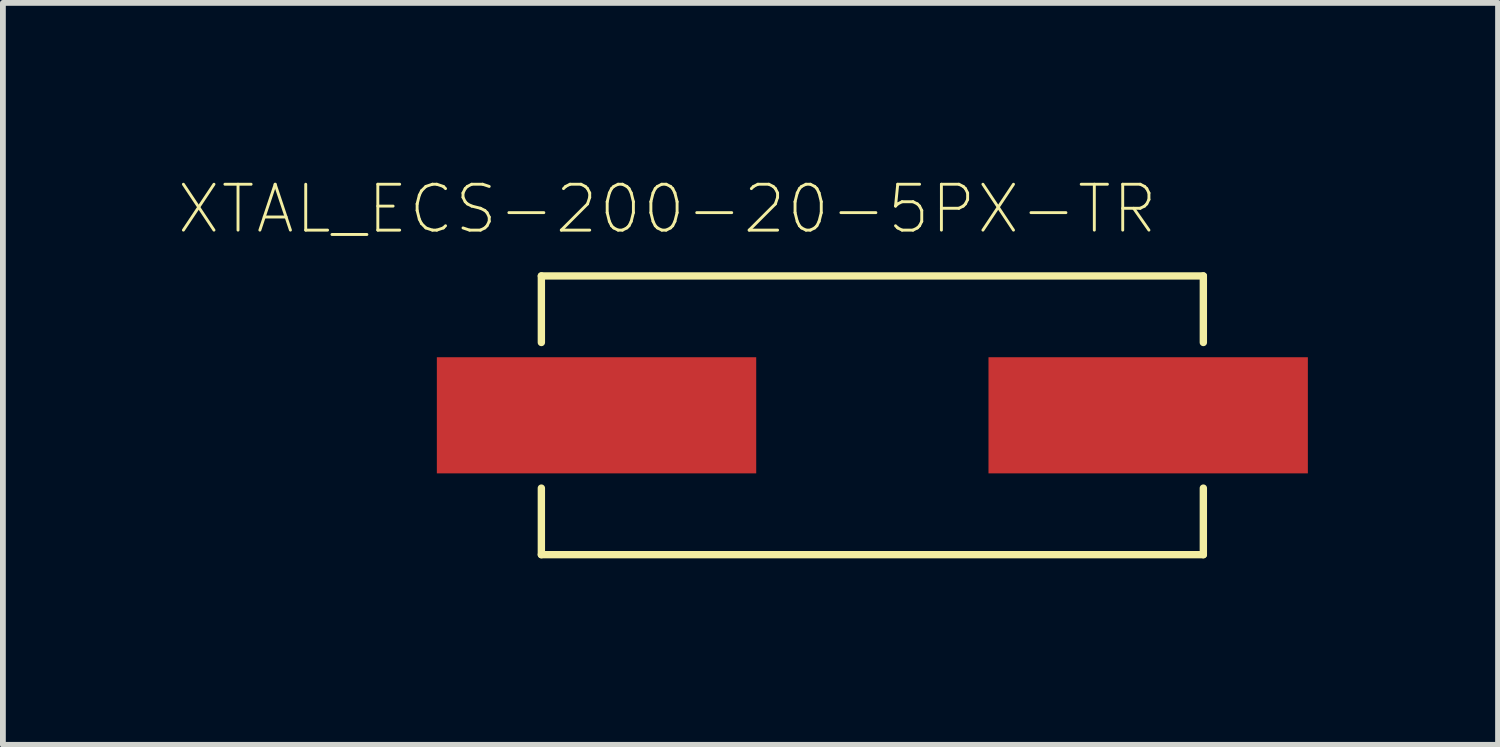
<source format=kicad_pcb>
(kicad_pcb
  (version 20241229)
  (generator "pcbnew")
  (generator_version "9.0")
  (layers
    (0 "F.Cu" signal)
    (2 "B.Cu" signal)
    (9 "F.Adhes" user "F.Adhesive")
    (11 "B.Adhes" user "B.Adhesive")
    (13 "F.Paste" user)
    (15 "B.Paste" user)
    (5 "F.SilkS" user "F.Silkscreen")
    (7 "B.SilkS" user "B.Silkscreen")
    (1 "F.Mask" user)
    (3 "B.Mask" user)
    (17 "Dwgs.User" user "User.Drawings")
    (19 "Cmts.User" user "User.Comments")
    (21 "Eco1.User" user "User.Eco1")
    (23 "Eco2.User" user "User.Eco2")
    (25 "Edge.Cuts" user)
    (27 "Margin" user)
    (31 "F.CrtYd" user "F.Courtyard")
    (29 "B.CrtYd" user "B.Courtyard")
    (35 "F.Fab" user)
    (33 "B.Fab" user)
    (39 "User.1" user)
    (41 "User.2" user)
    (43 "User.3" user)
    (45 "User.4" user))
  (footprint "XTAL_ECS-200-20-5PX-TR"
    (layer "F.Cu")
    (at 11.973 4.102)
    (property "Reference" "XTAL_ECS-200-20-5PX-TR" (at -3.532 -3.552 0) (layer "F.SilkS") (effects (font (size 0.79 0.79) (thickness 0.05))))
    (attr smd)
    (fp_line (start -5.7 -2.4) (end 5.7 -2.4) (stroke (width 0.127) (type solid)) (layer "F.SilkS"))
    (fp_line (start -5.7 -1.254) (end -5.7 -2.4) (stroke (width 0.127) (type solid)) (layer "F.SilkS"))
    (fp_line (start -5.7 2.4) (end -5.7 1.254) (stroke (width 0.127) (type solid)) (layer "F.SilkS"))
    (fp_line (start 5.7 -2.4) (end 5.7 -1.254) (stroke (width 0.127) (type solid)) (layer "F.SilkS"))
    (fp_line (start 5.7 1.254) (end 5.7 2.4) (stroke (width 0.127) (type solid)) (layer "F.SilkS"))
    (fp_line (start 5.7 2.4) (end -5.7 2.4) (stroke (width 0.127) (type solid)) (layer "F.SilkS"))
    (fp_line (start -7.75 -1.25) (end -5.95 -1.25) (stroke (width 0.05) (type solid)) (layer "Eco1.User"))
    (fp_line (start -7.75 1.25) (end -7.75 -1.25) (stroke (width 0.05) (type solid)) (layer "Eco1.User"))
    (fp_line (start -5.95 -2.65) (end 5.95 -2.65) (stroke (width 0.05) (type solid)) (layer "Eco1.User"))
    (fp_line (start -5.95 -1.25) (end -5.95 -2.65) (stroke (width 0.05) (type solid)) (layer "Eco1.User"))
    (fp_line (start -5.95 1.25) (end -7.75 1.25) (stroke (width 0.05) (type solid)) (layer "Eco1.User"))
    (fp_line (start -5.95 2.65) (end -5.95 1.25) (stroke (width 0.05) (type solid)) (layer "Eco1.User"))
    (fp_line (start 5.95 -2.65) (end 5.95 -1.25) (stroke (width 0.05) (type solid)) (layer "Eco1.User"))
    (fp_line (start 5.95 -1.25) (end 7.75 -1.25) (stroke (width 0.05) (type solid)) (layer "Eco1.User"))
    (fp_line (start 5.95 1.25) (end 5.95 2.65) (stroke (width 0.05) (type solid)) (layer "Eco1.User"))
    (fp_line (start 5.95 2.65) (end -5.95 2.65) (stroke (width 0.05) (type solid)) (layer "Eco1.User"))
    (fp_line (start 7.75 -1.25) (end 7.75 1.25) (stroke (width 0.05) (type solid)) (layer "Eco1.User"))
    (fp_line (start 7.75 1.25) (end 5.95 1.25) (stroke (width 0.05) (type solid)) (layer "Eco1.User"))
    (fp_line (start -5.7 -2.4) (end -5.7 2.4) (stroke (width 0.127) (type solid)) (layer "Eco2.User"))
    (fp_line (start -5.7 2.4) (end 5.7 2.4) (stroke (width 0.127) (type solid)) (layer "Eco2.User"))
    (fp_line (start 5.7 -2.4) (end -5.7 -2.4) (stroke (width 0.127) (type solid)) (layer "Eco2.User"))
    (fp_line (start 5.7 2.4) (end 5.7 -2.4) (stroke (width 0.127) (type solid)) (layer "Eco2.User"))
    (pad "1" smd rect (at -4.75 0) (size 5.5 2) (layers "F.Cu" "F.Mask" "F.Paste"))
    (pad "2" smd rect (at 4.75 0) (size 5.5 2) (layers "F.Cu" "F.Mask" "F.Paste")))
  (gr_rect
    (start -3 -3)
    (end 22.748 9.777)
    (stroke (width 0.1) (type default))
    (fill no)
    (layer "Edge.Cuts")))
</source>
